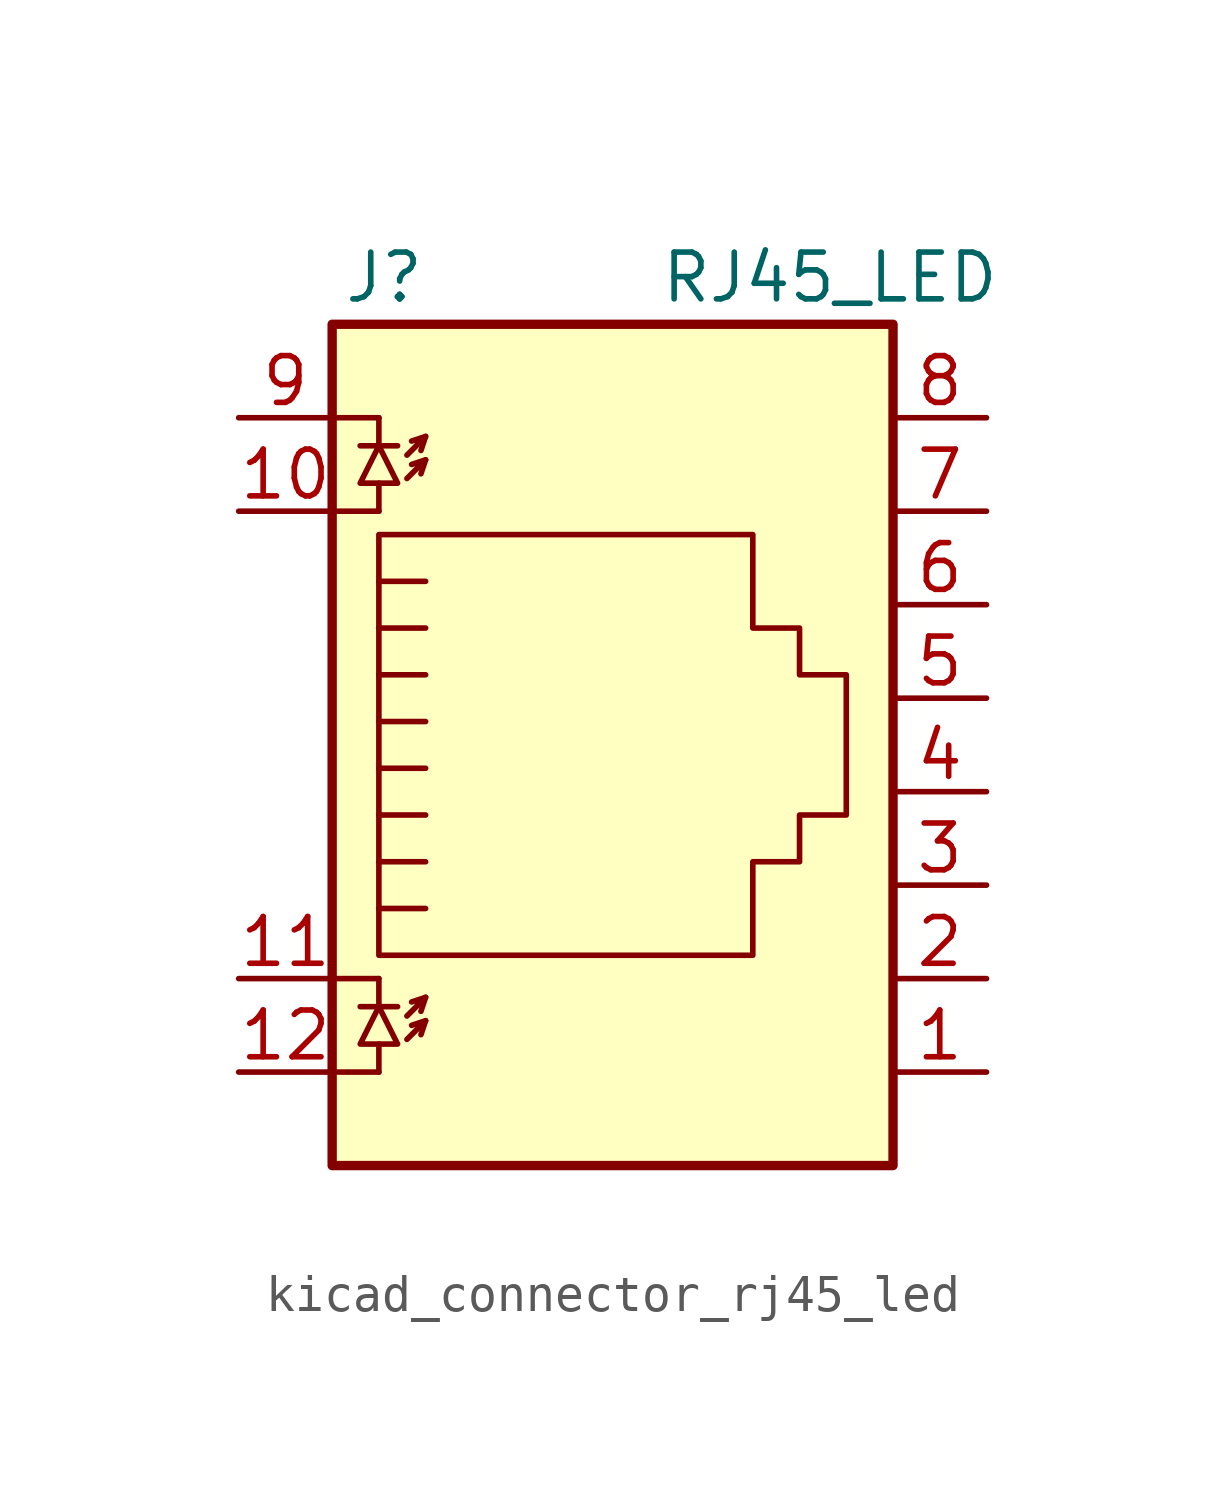
<source format=kicad_sym>
(kicad_symbol_lib
  (version 20220914)
  (generator kicad_symbol_editor)
  (symbol "kicad_connector_rj45_led"
    (pin_names
      (offset 1.016))
    (property "Reference" "J"
      (at -5.08 13.97 0)
      (effects (font (size 1.27 1.27)) (justify right)))
    (property "Value" "RJ45_LED"
      (at 1.27 13.97 0)
      (effects (font (size 1.27 1.27)) (justify left)))
    (symbol "kicad_connector_rj45_led_0_1"
      (polyline (pts (xy -7.62 -7.62) (xy -6.35 -7.62)) (stroke (width 0) (type default)) (fill (type none)))
      (polyline (pts (xy -7.62 -5.08) (xy -6.35 -5.08)) (stroke (width 0) (type default)) (fill (type none)))
      (polyline (pts (xy -7.62 7.62) (xy -6.35 7.62)) (stroke (width 0) (type default)) (fill (type none)))
      (polyline (pts (xy -7.62 10.16) (xy -6.35 10.16)) (stroke (width 0) (type default)) (fill (type none)))
      (polyline (pts (xy -6.858 -5.842) (xy -5.842 -5.842)) (stroke (width 0) (type default)) (fill (type none)))
      (polyline (pts (xy -6.858 9.398) (xy -5.842 9.398)) (stroke (width 0) (type default)) (fill (type none)))
      (polyline (pts (xy -6.35 -7.62) (xy -6.35 -6.858)) (stroke (width 0) (type default)) (fill (type none)))
      (polyline (pts (xy -6.35 -5.08) (xy -6.35 -5.842)) (stroke (width 0) (type default)) (fill (type none)))
      (polyline (pts (xy -6.35 7.62) (xy -6.35 8.382)) (stroke (width 0) (type default)) (fill (type none)))
      (polyline (pts (xy -6.35 10.16) (xy -6.35 9.398)) (stroke (width 0) (type default)) (fill (type none)))
      (polyline (pts (xy -5.08 -6.223) (xy -5.207 -6.604)) (stroke (width 0) (type default)) (fill (type none)))
      (polyline (pts (xy -5.08 -5.588) (xy -5.207 -5.969)) (stroke (width 0) (type default)) (fill (type none)))
      (polyline (pts (xy -5.08 4.445) (xy -6.35 4.445)) (stroke (width 0) (type default)) (fill (type none)))
      (polyline (pts (xy -5.08 5.715) (xy -6.35 5.715)) (stroke (width 0) (type default)) (fill (type none)))
      (polyline (pts (xy -5.08 9.017) (xy -5.207 8.636)) (stroke (width 0) (type default)) (fill (type none)))
      (polyline (pts (xy -5.08 9.652) (xy -5.207 9.271)) (stroke (width 0) (type default)) (fill (type none)))
      (polyline (pts (xy -6.35 -3.175) (xy -5.08 -3.175) (xy -5.08 -3.175)) (stroke (width 0) (type default)) (fill (type none)))
      (polyline (pts (xy -6.35 -1.905) (xy -5.08 -1.905) (xy -5.08 -1.905)) (stroke (width 0) (type default)) (fill (type none)))
      (polyline (pts (xy -6.35 -0.635) (xy -5.08 -0.635) (xy -5.08 -0.635)) (stroke (width 0) (type default)) (fill (type none)))
      (polyline (pts (xy -6.35 0.635) (xy -5.08 0.635) (xy -5.08 0.635)) (stroke (width 0) (type default)) (fill (type none)))
      (polyline (pts (xy -6.35 1.905) (xy -5.08 1.905) (xy -5.08 1.905)) (stroke (width 0) (type default)) (fill (type none)))
      (polyline (pts (xy -5.588 -6.731) (xy -5.08 -6.223) (xy -5.461 -6.35)) (stroke (width 0) (type default)) (fill (type none)))
      (polyline (pts (xy -5.588 -6.096) (xy -5.08 -5.588) (xy -5.461 -5.715)) (stroke (width 0) (type default)) (fill (type none)))
      (polyline (pts (xy -5.588 8.509) (xy -5.08 9.017) (xy -5.461 8.89)) (stroke (width 0) (type default)) (fill (type none)))
      (polyline (pts (xy -5.588 9.144) (xy -5.08 9.652) (xy -5.461 9.525)) (stroke (width 0) (type default)) (fill (type none)))
      (polyline (pts (xy -5.08 3.175) (xy -6.35 3.175) (xy -6.35 3.175)) (stroke (width 0) (type default)) (fill (type none)))
      (polyline (pts (xy -6.35 -5.842) (xy -6.858 -6.858) (xy -5.842 -6.858) (xy -6.35 -5.842)) (stroke (width 0) (type default)) (fill (type none)))
      (polyline (pts (xy -6.35 9.398) (xy -6.858 8.382) (xy -5.842 8.382) (xy -6.35 9.398)) (stroke (width 0) (type default)) (fill (type none)))
      (polyline (pts (xy -6.35 -4.445) (xy -6.35 6.985) (xy 3.81 6.985) (xy 3.81 4.445) (xy 5.08 4.445) (xy 5.08 3.175) (xy 6.35 3.175) (xy 6.35 -0.635) (xy 5.08 -0.635) (xy 5.08 -1.905) (xy 3.81 -1.905) (xy 3.81 -4.445) (xy -6.35 -4.445) (xy -6.35 -4.445)) (stroke (width 0) (type default)) (fill (type none)))
      (rectangle (start 7.62 12.7) (end -7.62 -10.16) (stroke (width 0.254) (type default)) (fill (type background))))
    (symbol "kicad_connector_rj45_led_1_1"
      (pin passive line (at 10.16 -7.62 180) (length 2.54) (name "~" (effects (font (size 1.27 1.27)))) (number "1" (effects (font (size 1.27 1.27)))))
      (pin passive line (at -10.16 7.62 0) (length 2.54) (name "~" (effects (font (size 1.27 1.27)))) (number "10" (effects (font (size 1.27 1.27)))))
      (pin passive line (at -10.16 -5.08 0) (length 2.54) (name "~" (effects (font (size 1.27 1.27)))) (number "11" (effects (font (size 1.27 1.27)))))
      (pin passive line (at -10.16 -7.62 0) (length 2.54) (name "~" (effects (font (size 1.27 1.27)))) (number "12" (effects (font (size 1.27 1.27)))))
      (pin passive line (at 10.16 -5.08 180) (length 2.54) (name "~" (effects (font (size 1.27 1.27)))) (number "2" (effects (font (size 1.27 1.27)))))
      (pin passive line (at 10.16 -2.54 180) (length 2.54) (name "~" (effects (font (size 1.27 1.27)))) (number "3" (effects (font (size 1.27 1.27)))))
      (pin passive line (at 10.16 0 180) (length 2.54) (name "~" (effects (font (size 1.27 1.27)))) (number "4" (effects (font (size 1.27 1.27)))))
      (pin passive line (at 10.16 2.54 180) (length 2.54) (name "~" (effects (font (size 1.27 1.27)))) (number "5" (effects (font (size 1.27 1.27)))))
      (pin passive line (at 10.16 5.08 180) (length 2.54) (name "~" (effects (font (size 1.27 1.27)))) (number "6" (effects (font (size 1.27 1.27)))))
      (pin passive line (at 10.16 7.62 180) (length 2.54) (name "~" (effects (font (size 1.27 1.27)))) (number "7" (effects (font (size 1.27 1.27)))))
      (pin passive line (at 10.16 10.16 180) (length 2.54) (name "~" (effects (font (size 1.27 1.27)))) (number "8" (effects (font (size 1.27 1.27)))))
      (pin passive line (at -10.16 10.16 0) (length 2.54) (name "~" (effects (font (size 1.27 1.27)))) (number "9" (effects (font (size 1.27 1.27))))))))
</source>
